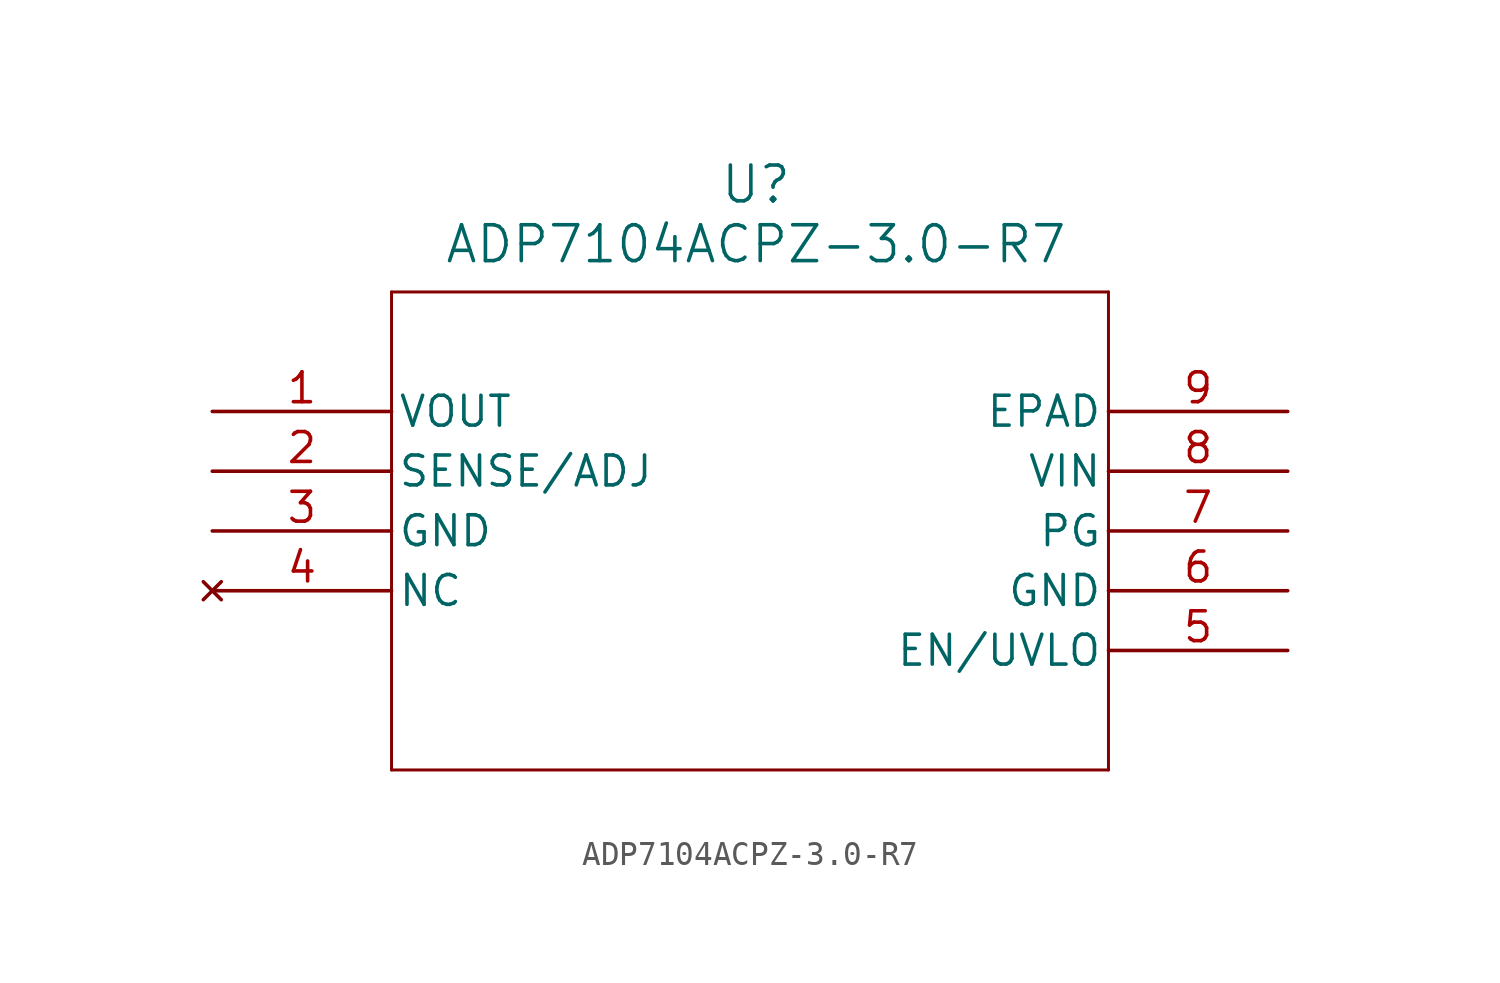
<source format=kicad_sym>
(kicad_symbol_lib
  (version 20231120)
  (generator "kicad_symbol_editor")
  (generator_version "8.0")
  (symbol "ADP7104ACPZ-3.0-R7"
    (pin_names
      (offset 0.254))
    (property "Reference" "U"
      (at 23.114 9.652 0)
      (effects (font (size 1.524 1.524))))
    (property "Value" "ADP7104ACPZ-3.0-R7"
      (at 23.114 7.112 0)
      (effects (font (size 1.524 1.524))))
    (property "ki_locked" ""
      (at 0 0 0)
      (effects (font (size 1.27 1.27))))
    (symbol "ADP7104ACPZ-3.0-R7_1_1"
      (polyline (pts (xy 7.62 -15.24) (xy 38.1 -15.24)) (stroke (width 0.127) (type default)) (fill (type none)))
      (polyline (pts (xy 7.62 5.08) (xy 7.62 -15.24)) (stroke (width 0.127) (type default)) (fill (type none)))
      (polyline (pts (xy 38.1 -15.24) (xy 38.1 5.08)) (stroke (width 0.127) (type default)) (fill (type none)))
      (polyline (pts (xy 38.1 5.08) (xy 7.62 5.08)) (stroke (width 0.127) (type default)) (fill (type none)))
      (pin output line (at 0 0 0) (length 7.62) (name "VOUT" (effects (font (size 1.27 1.27)))) (number "1" (effects (font (size 1.27 1.27)))))
      (pin output line (at 0 -2.54 0) (length 7.62) (name "SENSE/ADJ" (effects (font (size 1.27 1.27)))) (number "2" (effects (font (size 1.27 1.27)))))
      (pin power_in line (at 0 -5.08 0) (length 7.62) (name "GND" (effects (font (size 1.27 1.27)))) (number "3" (effects (font (size 1.27 1.27)))))
      (pin no_connect line (at 0 -7.62 0) (length 7.62) (name "NC" (effects (font (size 1.27 1.27)))) (number "4" (effects (font (size 1.27 1.27)))))
      (pin input line (at 45.72 -10.16 180) (length 7.62) (name "EN/UVLO" (effects (font (size 1.27 1.27)))) (number "5" (effects (font (size 1.27 1.27)))))
      (pin power_in line (at 45.72 -7.62 180) (length 7.62) (name "GND" (effects (font (size 1.27 1.27)))) (number "6" (effects (font (size 1.27 1.27)))))
      (pin power_in line (at 45.72 -5.08 180) (length 7.62) (name "PG" (effects (font (size 1.27 1.27)))) (number "7" (effects (font (size 1.27 1.27)))))
      (pin input line (at 45.72 -2.54 180) (length 7.62) (name "VIN" (effects (font (size 1.27 1.27)))) (number "8" (effects (font (size 1.27 1.27)))))
      (pin unspecified line (at 45.72 0 180) (length 7.62) (name "EPAD" (effects (font (size 1.27 1.27)))) (number "9" (effects (font (size 1.27 1.27))))))))
</source>
